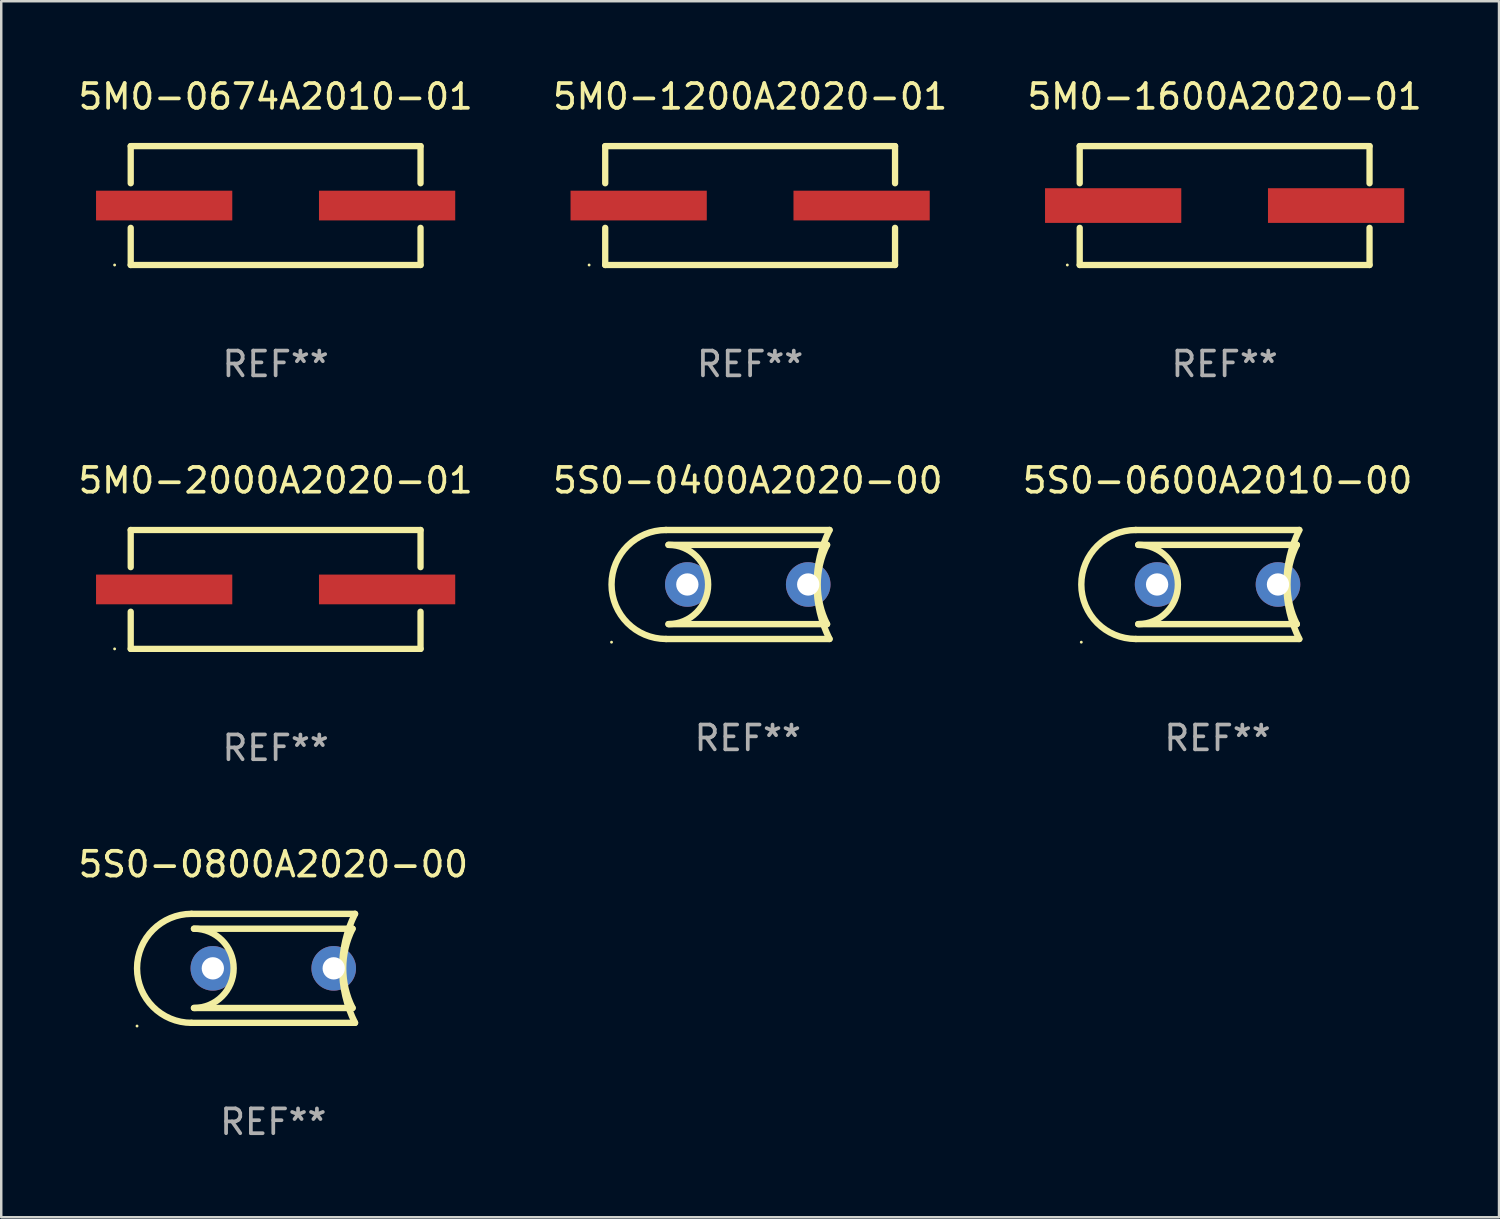
<source format=kicad_pcb>
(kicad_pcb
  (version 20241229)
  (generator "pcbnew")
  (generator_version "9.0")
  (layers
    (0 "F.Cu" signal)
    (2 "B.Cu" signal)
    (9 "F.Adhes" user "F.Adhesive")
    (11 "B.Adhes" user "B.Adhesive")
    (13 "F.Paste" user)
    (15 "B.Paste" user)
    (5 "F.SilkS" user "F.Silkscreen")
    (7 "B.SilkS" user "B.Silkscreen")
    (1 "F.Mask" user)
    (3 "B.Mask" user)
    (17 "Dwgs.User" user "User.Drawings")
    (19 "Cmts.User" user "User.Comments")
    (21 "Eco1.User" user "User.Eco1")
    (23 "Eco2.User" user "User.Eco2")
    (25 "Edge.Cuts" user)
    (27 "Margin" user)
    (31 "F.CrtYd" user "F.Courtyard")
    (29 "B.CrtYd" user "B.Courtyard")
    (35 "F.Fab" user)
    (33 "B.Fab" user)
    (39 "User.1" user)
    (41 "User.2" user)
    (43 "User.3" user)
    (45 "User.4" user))
  (footprint "5M0-1200A2020-01"
    (layer "F.Cu")
    (at 27.232 5.248)
    (property "Reference" "5M0-1200A2020-01" (at 0 -4.4 0) (layer "F.SilkS") (effects (font (size 1 1) (thickness 0.15))))
    (attr through_hole)
    (fp_line (start -5.85 -2.4) (end 5.85 -2.4) (stroke (width 0.254) (type solid)) (layer "F.SilkS"))
    (fp_line (start -5.85 -2.4) (end -5.85 -0.9) (stroke (width 0.254) (type solid)) (layer "F.SilkS"))
    (fp_line (start -5.85 2.4) (end 5.85 2.4) (stroke (width 0.254) (type solid)) (layer "F.SilkS"))
    (fp_line (start -5.85 0.9) (end -5.85 2.4) (stroke (width 0.254) (type solid)) (layer "F.SilkS"))
    (fp_line (start 5.85 -2.4) (end 5.85 -0.9) (stroke (width 0.254) (type solid)) (layer "F.SilkS"))
    (fp_line (start 5.85 0.9) (end 5.85 2.4) (stroke (width 0.254) (type solid)) (layer "F.SilkS"))
    (fp_circle (center -6.5 2.4) (end -6.47 2.4) (stroke (width 0.06) (type solid)) (fill no) (layer "F.SilkS"))
    (fp_text user "REF**" (at 0 6.4 0) (layer "F.Fab") (effects (font (size 1 1) (thickness 0.15))))
    (pad "1" smd rect (at -4.5 -0.000025) (size 5.5 1.2) (layers "F.Cu" "F.Mask" "F.Paste"))
    (pad "2" smd rect (at 4.5 -0.000025) (size 5.5 1.2) (layers "F.Cu" "F.Mask" "F.Paste")))
  (footprint "5M0-1600A2020-01"
    (layer "F.Cu")
    (at 46.387 5.248)
    (property "Reference" "5M0-1600A2020-01" (at 0 -4.4 0) (layer "F.SilkS") (effects (font (size 1 1) (thickness 0.15))))
    (attr through_hole)
    (fp_line (start -5.85 -2.4) (end 5.85 -2.4) (stroke (width 0.254) (type solid)) (layer "F.SilkS"))
    (fp_line (start -5.85 -2.4) (end -5.85 -0.9) (stroke (width 0.254) (type solid)) (layer "F.SilkS"))
    (fp_line (start -5.85 2.4) (end 5.85 2.4) (stroke (width 0.254) (type solid)) (layer "F.SilkS"))
    (fp_line (start -5.85 0.9) (end -5.85 2.4) (stroke (width 0.254) (type solid)) (layer "F.SilkS"))
    (fp_line (start 5.85 -2.4) (end 5.85 -0.9) (stroke (width 0.254) (type solid)) (layer "F.SilkS"))
    (fp_line (start 5.85 0.9) (end 5.85 2.4) (stroke (width 0.254) (type solid)) (layer "F.SilkS"))
    (fp_circle (center -6.35 2.4) (end -6.32 2.4) (stroke (width 0.06) (type solid)) (fill no) (layer "F.SilkS"))
    (fp_text user "REF**" (at 0 6.4 0) (layer "F.Fab") (effects (font (size 1 1) (thickness 0.15))))
    (pad "1" smd rect (at -4.5 -0.000025) (size 5.5 1.4) (layers "F.Cu" "F.Mask" "F.Paste"))
    (pad "2" smd rect (at 4.5 -0.000025) (size 5.5 1.4) (layers "F.Cu" "F.Mask" "F.Paste")))
  (footprint "5M0-2000A2020-01"
    (layer "F.Cu")
    (at 8.077 20.745)
    (property "Reference" "5M0-2000A2020-01" (at 0 -4.4 0) (layer "F.SilkS") (effects (font (size 1 1) (thickness 0.15))))
    (attr through_hole)
    (fp_line (start -5.85 -2.4) (end 5.85 -2.4) (stroke (width 0.254) (type solid)) (layer "F.SilkS"))
    (fp_line (start -5.85 -2.4) (end -5.85 -0.9) (stroke (width 0.254) (type solid)) (layer "F.SilkS"))
    (fp_line (start -5.85 2.4) (end 5.85 2.4) (stroke (width 0.254) (type solid)) (layer "F.SilkS"))
    (fp_line (start -5.85 0.9) (end -5.85 2.4) (stroke (width 0.254) (type solid)) (layer "F.SilkS"))
    (fp_line (start 5.85 -2.4) (end 5.85 -0.9) (stroke (width 0.254) (type solid)) (layer "F.SilkS"))
    (fp_line (start 5.85 0.9) (end 5.85 2.4) (stroke (width 0.254) (type solid)) (layer "F.SilkS"))
    (fp_circle (center -6.5 2.4) (end -6.47 2.4) (stroke (width 0.06) (type solid)) (fill no) (layer "F.SilkS"))
    (fp_text user "REF**" (at 0 6.4 0) (layer "F.Fab") (effects (font (size 1 1) (thickness 0.15))))
    (pad "1" smd rect (at -4.5 -0.000025) (size 5.5 1.2) (layers "F.Cu" "F.Mask" "F.Paste"))
    (pad "2" smd rect (at 4.5 -0.000025) (size 5.5 1.2) (layers "F.Cu" "F.Mask" "F.Paste")))
  (footprint "5M0-0674A2010-01"
    (layer "F.Cu")
    (at 8.077 5.248)
    (property "Reference" "5M0-0674A2010-01" (at 0 -4.4 0) (layer "F.SilkS") (effects (font (size 1 1) (thickness 0.15))))
    (attr through_hole)
    (fp_line (start -5.85 -2.4) (end 5.85 -2.4) (stroke (width 0.254) (type solid)) (layer "F.SilkS"))
    (fp_line (start -5.85 -2.4) (end -5.85 -0.9) (stroke (width 0.254) (type solid)) (layer "F.SilkS"))
    (fp_line (start -5.85 2.4) (end 5.85 2.4) (stroke (width 0.254) (type solid)) (layer "F.SilkS"))
    (fp_line (start -5.85 0.9) (end -5.85 2.4) (stroke (width 0.254) (type solid)) (layer "F.SilkS"))
    (fp_line (start 5.85 -2.4) (end 5.85 -0.9) (stroke (width 0.254) (type solid)) (layer "F.SilkS"))
    (fp_line (start 5.85 0.9) (end 5.85 2.4) (stroke (width 0.254) (type solid)) (layer "F.SilkS"))
    (fp_circle (center -6.5 2.4) (end -6.47 2.4) (stroke (width 0.06) (type solid)) (fill no) (layer "F.SilkS"))
    (fp_text user "REF**" (at 0 6.4 0) (layer "F.Fab") (effects (font (size 1 1) (thickness 0.15))))
    (pad "1" smd rect (at -4.5 -0.000025) (size 5.5 1.2) (layers "F.Cu" "F.Mask" "F.Paste"))
    (pad "2" smd rect (at 4.5 -0.000025) (size 5.5 1.2) (layers "F.Cu" "F.Mask" "F.Paste")))
  (footprint "5S0-0800A2020-00"
    (layer "F.Cu")
    (at 7.982 36.041)
    (property "Reference" "5S0-0800A2020-00" (at 0 -4.2 0) (layer "F.SilkS") (effects (font (size 1 1) (thickness 0.15))))
    (attr through_hole)
    (fp_line (start -3.3 -2.2) (end 3.3 -2.2) (stroke (width 0.258) (type solid)) (layer "F.SilkS"))
    (fp_line (start -3.2 1.6) (end 3.2 1.6) (stroke (width 0.258) (type solid)) (layer "F.SilkS"))
    (fp_line (start 3.2 -1.6) (end -3.2 -1.6) (stroke (width 0.258) (type solid)) (layer "F.SilkS"))
    (fp_line (start 3.3 2.2) (end -3.3 2.2) (stroke (width 0.258) (type solid)) (layer "F.SilkS"))
    (fp_arc (start -3.299987 2.2) (mid -5.499301 -0.000076) (end -3.299479 -2.199644) (stroke (width 0.258065) (type solid)) (layer "F.SilkS"))
    (fp_arc (start -3.200418 -1.600203) (mid -1.600292 -0.000291) (end -3.200013 1.600025) (stroke (width 0.258065) (type solid)) (layer "F.SilkS"))
    (fp_arc (start 3.200394 1.600203) (mid 2.822512 0.00014) (end 3.199962 -1.600025) (stroke (width 0.258065) (type solid)) (layer "F.SilkS"))
    (fp_arc (start 3.299453 2.199645) (mid 2.780328 -0.000241) (end 3.299987 -2.2) (stroke (width 0.258065) (type solid)) (layer "F.SilkS"))
    (fp_circle (center -5.5 2.329) (end -5.47 2.329) (stroke (width 0.06) (type solid)) (fill no) (layer "F.SilkS"))
    (fp_text user "REF**" (at 0 6.2 0) (layer "F.Fab") (effects (font (size 1 1) (thickness 0.15))))
    (pad "1" thru_hole circle (at -2.44 0) (size 1.8 1.8) (drill 0.9) (layers "*.Cu" "*.Mask"))
    (pad "2" thru_hole circle (at 2.44 0) (size 1.8 1.8) (drill 0.9) (layers "*.Cu" "*.Mask")))
  (footprint "5S0-0600A2010-00"
    (layer "F.Cu")
    (at 46.101 20.545)
    (property "Reference" "5S0-0600A2010-00" (at 0 -4.2 0) (layer "F.SilkS") (effects (font (size 1 1) (thickness 0.15))))
    (attr through_hole)
    (fp_line (start -3.3 -2.2) (end 3.3 -2.2) (stroke (width 0.258) (type solid)) (layer "F.SilkS"))
    (fp_line (start -3.2 1.6) (end 3.2 1.6) (stroke (width 0.258) (type solid)) (layer "F.SilkS"))
    (fp_line (start 3.2 -1.6) (end -3.2 -1.6) (stroke (width 0.258) (type solid)) (layer "F.SilkS"))
    (fp_line (start 3.3 2.2) (end -3.3 2.2) (stroke (width 0.258) (type solid)) (layer "F.SilkS"))
    (fp_arc (start -3.299987 2.2) (mid -5.499301 -0.000076) (end -3.299479 -2.199644) (stroke (width 0.258065) (type solid)) (layer "F.SilkS"))
    (fp_arc (start -3.200418 -1.600203) (mid -1.600292 -0.000291) (end -3.200013 1.600025) (stroke (width 0.258065) (type solid)) (layer "F.SilkS"))
    (fp_arc (start 3.200394 1.600203) (mid 2.822512 0.00014) (end 3.199962 -1.600025) (stroke (width 0.258065) (type solid)) (layer "F.SilkS"))
    (fp_arc (start 3.299453 2.199645) (mid 2.780328 -0.000241) (end 3.299987 -2.2) (stroke (width 0.258065) (type solid)) (layer "F.SilkS"))
    (fp_circle (center -5.5 2.329) (end -5.47 2.329) (stroke (width 0.06) (type solid)) (fill no) (layer "F.SilkS"))
    (fp_text user "REF**" (at 0 6.2 0) (layer "F.Fab") (effects (font (size 1 1) (thickness 0.15))))
    (pad "1" thru_hole circle (at -2.44 0) (size 1.8 1.8) (drill 0.9) (layers "*.Cu" "*.Mask"))
    (pad "2" thru_hole circle (at 2.44 0) (size 1.8 1.8) (drill 0.9) (layers "*.Cu" "*.Mask")))
  (footprint "5S0-0400A2020-00"
    (layer "F.Cu")
    (at 27.137 20.545)
    (property "Reference" "5S0-0400A2020-00" (at 0 -4.2 0) (layer "F.SilkS") (effects (font (size 1 1) (thickness 0.15))))
    (attr through_hole)
    (fp_line (start -3.3 -2.2) (end 3.3 -2.2) (stroke (width 0.258) (type solid)) (layer "F.SilkS"))
    (fp_line (start -3.2 1.6) (end 3.2 1.6) (stroke (width 0.258) (type solid)) (layer "F.SilkS"))
    (fp_line (start 3.2 -1.6) (end -3.2 -1.6) (stroke (width 0.258) (type solid)) (layer "F.SilkS"))
    (fp_line (start 3.3 2.2) (end -3.3 2.2) (stroke (width 0.258) (type solid)) (layer "F.SilkS"))
    (fp_arc (start -3.299987 2.2) (mid -5.499301 -0.000076) (end -3.299479 -2.199644) (stroke (width 0.258065) (type solid)) (layer "F.SilkS"))
    (fp_arc (start -3.200418 -1.600203) (mid -1.600292 -0.000291) (end -3.200013 1.600025) (stroke (width 0.258065) (type solid)) (layer "F.SilkS"))
    (fp_arc (start 3.200394 1.600203) (mid 2.822512 0.00014) (end 3.199962 -1.600025) (stroke (width 0.258065) (type solid)) (layer "F.SilkS"))
    (fp_arc (start 3.299453 2.199645) (mid 2.780328 -0.000241) (end 3.299987 -2.2) (stroke (width 0.258065) (type solid)) (layer "F.SilkS"))
    (fp_circle (center -5.5 2.329) (end -5.47 2.329) (stroke (width 0.06) (type solid)) (fill no) (layer "F.SilkS"))
    (fp_text user "REF**" (at 0 6.2 0) (layer "F.Fab") (effects (font (size 1 1) (thickness 0.15))))
    (pad "1" thru_hole circle (at -2.44 0) (size 1.8 1.8) (drill 0.9) (layers "*.Cu" "*.Mask"))
    (pad "2" thru_hole circle (at 2.44 0) (size 1.8 1.8) (drill 0.9) (layers "*.Cu" "*.Mask")))
  (gr_rect
    (start -3 -3)
    (end 57.464 46.09)
    (stroke (width 0.1) (type default))
    (fill no)
    (layer "Edge.Cuts")))
</source>
